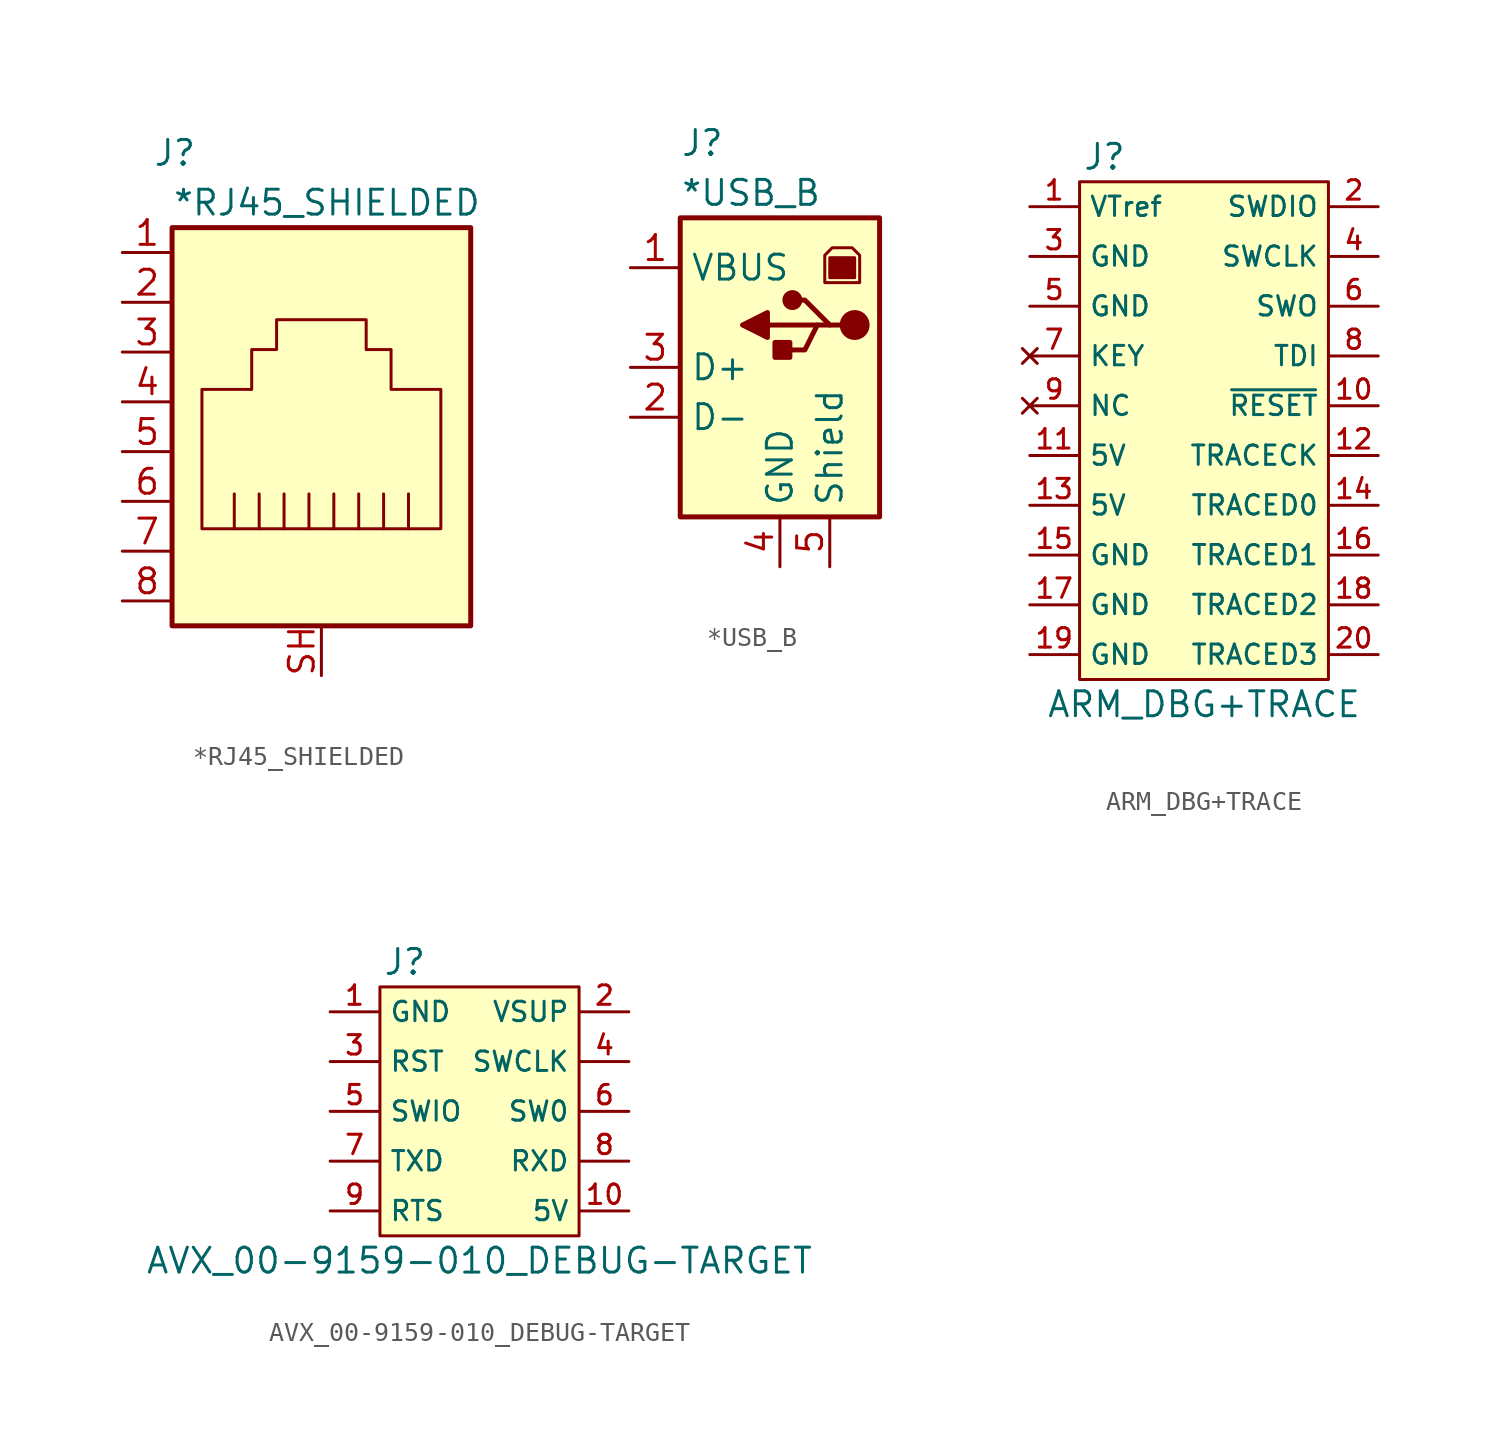
<source format=kicad_sym>
(kicad_symbol_lib
  (version 20211014)
  (generator kicad_symbol_editor)
  (symbol "*RJ45_SHIELDED"
    (property "Reference" "J"
      (at 3.81 5.08 0)
      (effects (font (size 1.27 1.27)) (justify right)))
    (property "Value" "*RJ45_SHIELDED"
      (at 2.54 2.54 0)
      (effects (font (size 1.27 1.27)) (justify left)))
    (symbol "*RJ45_SHIELDED_0_1"
      (rectangle (start 2.54 -19.05) (end 17.78 1.27) (stroke (width 0.254) (type default) (color 0 0 0 0)) (fill (type background))))
    (symbol "*RJ45_SHIELDED_1_1"
      (polyline (pts (xy 5.715 -14.097) (xy 5.715 -12.319)) (stroke (width 0) (type default) (color 0 0 0 0)) (fill (type none)))
      (polyline (pts (xy 6.985 -14.097) (xy 6.985 -12.319)) (stroke (width 0) (type default) (color 0 0 0 0)) (fill (type none)))
      (polyline (pts (xy 8.255 -14.097) (xy 8.255 -12.319)) (stroke (width 0) (type default) (color 0 0 0 0)) (fill (type none)))
      (polyline (pts (xy 9.525 -14.097) (xy 9.525 -12.319)) (stroke (width 0) (type default) (color 0 0 0 0)) (fill (type none)))
      (polyline (pts (xy 10.795 -14.097) (xy 10.795 -12.319)) (stroke (width 0) (type default) (color 0 0 0 0)) (fill (type none)))
      (polyline (pts (xy 12.065 -14.097) (xy 12.065 -12.319)) (stroke (width 0) (type default) (color 0 0 0 0)) (fill (type none)))
      (polyline (pts (xy 13.335 -14.097) (xy 13.335 -12.319)) (stroke (width 0) (type default) (color 0 0 0 0)) (fill (type none)))
      (polyline (pts (xy 14.605 -14.097) (xy 14.605 -12.319)) (stroke (width 0) (type default) (color 0 0 0 0)) (fill (type none)))
      (polyline (pts (xy 16.256 -14.097) (xy 4.064 -14.097) (xy 4.064 -6.985) (xy 6.604 -6.985) (xy 6.604 -4.953) (xy 7.874 -4.953) (xy 7.874 -3.429) (xy 12.446 -3.429) (xy 12.446 -4.953) (xy 13.716 -4.953) (xy 13.716 -6.985) (xy 16.256 -6.985) (xy 16.256 -14.097)) (stroke (width 0) (type default) (color 0 0 0 0)) (fill (type none)))
      (pin passive line (at 0 0 0) (length 2.54) (name "~" (effects (font (size 1.27 1.27)))) (number "1" (effects (font (size 1.27 1.27)))))
      (pin passive line (at 0 -2.54 0) (length 2.54) (name "~" (effects (font (size 1.27 1.27)))) (number "2" (effects (font (size 1.27 1.27)))))
      (pin passive line (at 0 -5.08 0) (length 2.54) (name "~" (effects (font (size 1.27 1.27)))) (number "3" (effects (font (size 1.27 1.27)))))
      (pin passive line (at 0 -7.62 0) (length 2.54) (name "~" (effects (font (size 1.27 1.27)))) (number "4" (effects (font (size 1.27 1.27)))))
      (pin passive line (at 0 -10.16 0) (length 2.54) (name "~" (effects (font (size 1.27 1.27)))) (number "5" (effects (font (size 1.27 1.27)))))
      (pin passive line (at 0 -12.7 0) (length 2.54) (name "~" (effects (font (size 1.27 1.27)))) (number "6" (effects (font (size 1.27 1.27)))))
      (pin passive line (at 0 -15.24 0) (length 2.54) (name "~" (effects (font (size 1.27 1.27)))) (number "7" (effects (font (size 1.27 1.27)))))
      (pin passive line (at 0 -17.78 0) (length 2.54) (name "~" (effects (font (size 1.27 1.27)))) (number "8" (effects (font (size 1.27 1.27)))))
      (pin passive line (at 10.16 -21.59 90) (length 2.54) (name "~" (effects (font (size 1.27 1.27)))) (number "SH" (effects (font (size 1.27 1.27)))))))
  (symbol "*USB_B"
    (property "Reference" "J"
      (at 2.54 6.35 0)
      (effects (font (size 1.27 1.27)) (justify left)))
    (property "Value" "*USB_B"
      (at 2.54 3.81 0)
      (effects (font (size 1.27 1.27)) (justify left)))
    (symbol "*USB_B_0_1"
      (polyline (pts (xy 9.525 -2.921) (xy 6.985 -2.921)) (stroke (width 0.254) (type default) (color 0 0 0 0)) (fill (type none)))
      (polyline (pts (xy 6.985 -2.286) (xy 6.985 -3.556) (xy 5.715 -2.921) (xy 6.985 -2.286)) (stroke (width 0.254) (type default) (color 0 0 0 0)) (fill (type outline)))
      (polyline (pts (xy 10.16 -2.921) (xy 9.525 -2.921) (xy 8.89 -4.191) (xy 7.62 -4.191)) (stroke (width 0.254) (type default) (color 0 0 0 0)) (fill (type none)))
      (polyline (pts (xy 10.795 -2.921) (xy 10.16 -2.921) (xy 8.89 -1.651) (xy 8.255 -1.651)) (stroke (width 0.254) (type default) (color 0 0 0 0)) (fill (type none)))
      (polyline (pts (xy 11.684 -0.762) (xy 9.906 -0.762) (xy 9.906 0.635) (xy 10.287 1.016) (xy 11.303 1.016) (xy 11.684 0.635) (xy 11.684 -0.762)) (stroke (width 0) (type default) (color 0 0 0 0)) (fill (type none)))
      (rectangle (start 7.366 -3.81) (end 8.128 -4.572) (stroke (width 0.254) (type default) (color 0 0 0 0)) (fill (type outline)))
      (circle (center 8.255 -1.651) (radius 0.381) (stroke (width 0.254) (type default) (color 0 0 0 0)) (fill (type outline)))
      (circle (center 11.43 -2.921) (radius 0.635) (stroke (width 0.254) (type default) (color 0 0 0 0)) (fill (type outline)))
      (rectangle (start 11.43 0.508) (end 10.16 -0.508) (stroke (width 0) (type default) (color 0 0 0 0)) (fill (type outline)))
      (rectangle (start 12.7 -12.7) (end 2.54 2.54) (stroke (width 0.254) (type default) (color 0 0 0 0)) (fill (type background))))
    (symbol "*USB_B_1_1"
      (pin power_out line (at 0 0 0) (length 2.54) (name "VBUS" (effects (font (size 1.27 1.27)))) (number "1" (effects (font (size 1.27 1.27)))))
      (pin bidirectional line (at 0 -7.62 0) (length 2.54) (name "D-" (effects (font (size 1.27 1.27)))) (number "2" (effects (font (size 1.27 1.27)))))
      (pin bidirectional line (at 0 -5.08 0) (length 2.54) (name "D+" (effects (font (size 1.27 1.27)))) (number "3" (effects (font (size 1.27 1.27)))))
      (pin power_out line (at 7.62 -15.24 90) (length 2.54) (name "GND" (effects (font (size 1.27 1.27)))) (number "4" (effects (font (size 1.27 1.27)))))
      (pin passive line (at 10.16 -15.24 90) (length 2.54) (name "Shield" (effects (font (size 1.27 1.27)))) (number "5" (effects (font (size 1.27 1.27)))))))
  (symbol "ARM_DBG+TRACE"
    (property "Reference" "J"
      (at 3.81 2.54 0)
      (effects (font (size 1.27 1.27))))
    (property "Value" "ARM_DBG+TRACE"
      (at 8.89 -25.4 0)
      (effects (font (size 1.27 1.27))))
    (symbol "ARM_DBG+TRACE_0_1"
      (rectangle (start 2.54 1.27) (end 15.24 -24.13) (stroke (width 0) (type default) (color 0 0 0 0)) (fill (type background))))
    (symbol "ARM_DBG+TRACE_1_1"
      (pin passive line (at 0 0 0) (length 2.489) (name "VTref" (effects (font (size 0.991 0.991)))) (number "1" (effects (font (size 0.991 0.991)))))
      (pin passive line (at 17.78 -10.16 180) (length 2.489) (name "~{RESET}" (effects (font (size 0.991 0.991)))) (number "10" (effects (font (size 0.991 0.991)))))
      (pin passive line (at 0 -12.7 0) (length 2.489) (name "5V" (effects (font (size 0.991 0.991)))) (number "11" (effects (font (size 0.991 0.991)))))
      (pin passive line (at 17.78 -12.7 180) (length 2.489) (name "TRACECK" (effects (font (size 0.991 0.991)))) (number "12" (effects (font (size 0.991 0.991)))))
      (pin passive line (at 0 -15.24 0) (length 2.489) (name "5V" (effects (font (size 0.991 0.991)))) (number "13" (effects (font (size 0.991 0.991)))))
      (pin passive line (at 17.78 -15.24 180) (length 2.489) (name "TRACED0" (effects (font (size 0.991 0.991)))) (number "14" (effects (font (size 0.991 0.991)))))
      (pin passive line (at 0 -17.78 0) (length 2.489) (name "GND" (effects (font (size 0.991 0.991)))) (number "15" (effects (font (size 0.991 0.991)))))
      (pin passive line (at 17.78 -17.78 180) (length 2.489) (name "TRACED1" (effects (font (size 0.991 0.991)))) (number "16" (effects (font (size 0.991 0.991)))))
      (pin passive line (at 0 -20.32 0) (length 2.489) (name "GND" (effects (font (size 0.991 0.991)))) (number "17" (effects (font (size 0.991 0.991)))))
      (pin passive line (at 17.78 -20.32 180) (length 2.489) (name "TRACED2" (effects (font (size 0.991 0.991)))) (number "18" (effects (font (size 0.991 0.991)))))
      (pin passive line (at 0 -22.86 0) (length 2.489) (name "GND" (effects (font (size 0.991 0.991)))) (number "19" (effects (font (size 0.991 0.991)))))
      (pin passive line (at 17.78 0 180) (length 2.489) (name "SWDIO" (effects (font (size 0.991 0.991)))) (number "2" (effects (font (size 0.991 0.991)))))
      (pin passive line (at 17.78 -22.86 180) (length 2.489) (name "TRACED3" (effects (font (size 0.991 0.991)))) (number "20" (effects (font (size 0.991 0.991)))))
      (pin passive line (at 0 -2.54 0) (length 2.489) (name "GND" (effects (font (size 0.991 0.991)))) (number "3" (effects (font (size 0.991 0.991)))))
      (pin passive line (at 17.78 -2.54 180) (length 2.489) (name "SWCLK" (effects (font (size 0.991 0.991)))) (number "4" (effects (font (size 0.991 0.991)))))
      (pin passive line (at 0 -5.08 0) (length 2.489) (name "GND" (effects (font (size 0.991 0.991)))) (number "5" (effects (font (size 0.991 0.991)))))
      (pin passive line (at 17.78 -5.08 180) (length 2.489) (name "SWO" (effects (font (size 0.991 0.991)))) (number "6" (effects (font (size 0.991 0.991)))))
      (pin no_connect line (at 0 -7.62 0) (length 2.489) (name "KEY" (effects (font (size 0.991 0.991)))) (number "7" (effects (font (size 0.991 0.991)))))
      (pin passive line (at 17.78 -7.62 180) (length 2.489) (name "TDI" (effects (font (size 0.991 0.991)))) (number "8" (effects (font (size 0.991 0.991)))))
      (pin no_connect line (at 0 -10.16 0) (length 2.489) (name "NC" (effects (font (size 0.991 0.991)))) (number "9" (effects (font (size 0.991 0.991)))))))
  (symbol "AVX_00-9159-010_DEBUG-TARGET"
    (property "Reference" "J"
      (at 3.81 2.54 0)
      (effects (font (size 1.27 1.27))))
    (property "Value" "AVX_00-9159-010_DEBUG-TARGET"
      (at 7.62 -12.7 0)
      (effects (font (size 1.27 1.27))))
    (symbol "AVX_00-9159-010_DEBUG-TARGET_0_1"
      (rectangle (start 2.54 1.27) (end 12.7 -11.43) (stroke (width 0) (type default) (color 0 0 0 0)) (fill (type background))))
    (symbol "AVX_00-9159-010_DEBUG-TARGET_1_1"
      (pin passive line (at 0 0 0) (length 2.489) (name "GND" (effects (font (size 0.991 0.991)))) (number "1" (effects (font (size 0.991 0.991)))))
      (pin passive line (at 15.24 -10.16 180) (length 2.489) (name "5V" (effects (font (size 0.991 0.991)))) (number "10" (effects (font (size 0.991 0.991)))))
      (pin passive line (at 15.24 0 180) (length 2.489) (name "VSUP" (effects (font (size 0.991 0.991)))) (number "2" (effects (font (size 0.991 0.991)))))
      (pin passive line (at 0 -2.54 0) (length 2.489) (name "RST" (effects (font (size 0.991 0.991)))) (number "3" (effects (font (size 0.991 0.991)))))
      (pin passive line (at 15.24 -2.54 180) (length 2.489) (name "SWCLK" (effects (font (size 0.991 0.991)))) (number "4" (effects (font (size 0.991 0.991)))))
      (pin passive line (at 0 -5.08 0) (length 2.489) (name "SWIO" (effects (font (size 0.991 0.991)))) (number "5" (effects (font (size 0.991 0.991)))))
      (pin passive line (at 15.24 -5.08 180) (length 2.489) (name "SW0" (effects (font (size 0.991 0.991)))) (number "6" (effects (font (size 0.991 0.991)))))
      (pin passive line (at 0 -7.62 0) (length 2.489) (name "TXD" (effects (font (size 0.991 0.991)))) (number "7" (effects (font (size 0.991 0.991)))))
      (pin passive line (at 15.24 -7.62 180) (length 2.489) (name "RXD" (effects (font (size 0.991 0.991)))) (number "8" (effects (font (size 0.991 0.991)))))
      (pin passive line (at 0 -10.16 0) (length 2.489) (name "RTS" (effects (font (size 0.991 0.991)))) (number "9" (effects (font (size 0.991 0.991))))))))
</source>
